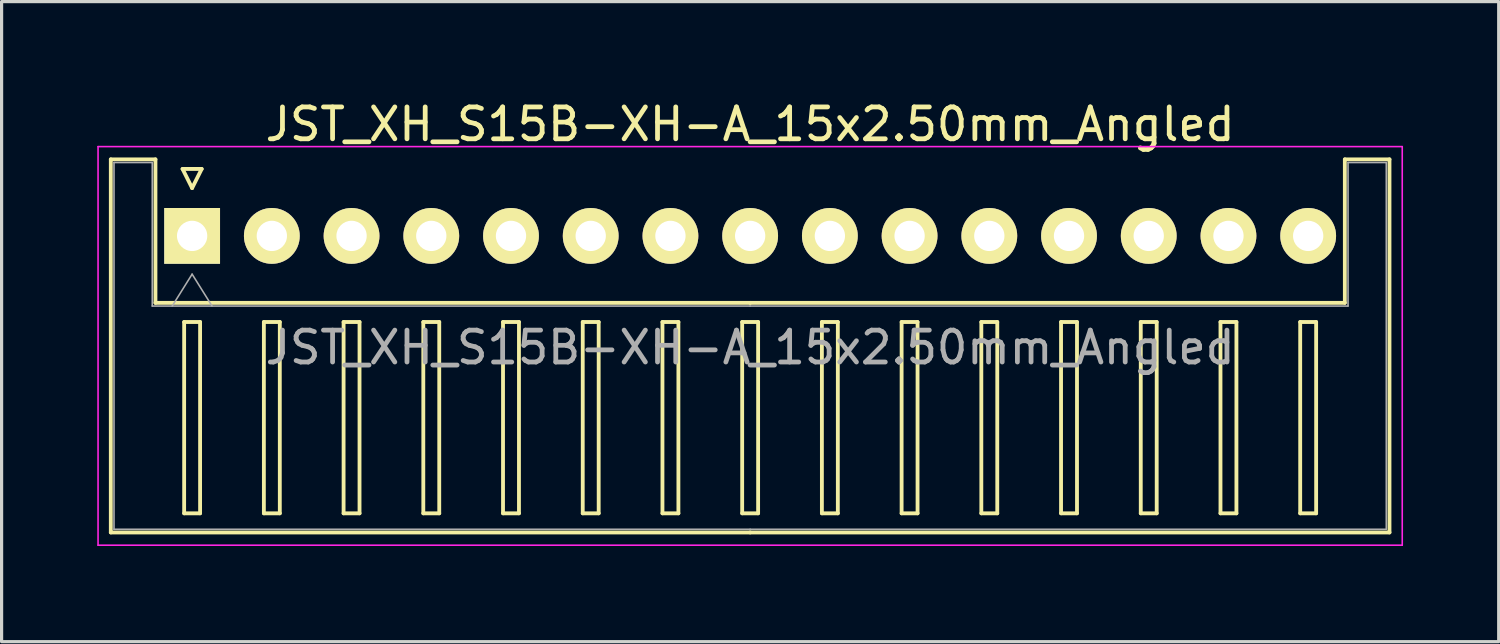
<source format=kicad_pcb>
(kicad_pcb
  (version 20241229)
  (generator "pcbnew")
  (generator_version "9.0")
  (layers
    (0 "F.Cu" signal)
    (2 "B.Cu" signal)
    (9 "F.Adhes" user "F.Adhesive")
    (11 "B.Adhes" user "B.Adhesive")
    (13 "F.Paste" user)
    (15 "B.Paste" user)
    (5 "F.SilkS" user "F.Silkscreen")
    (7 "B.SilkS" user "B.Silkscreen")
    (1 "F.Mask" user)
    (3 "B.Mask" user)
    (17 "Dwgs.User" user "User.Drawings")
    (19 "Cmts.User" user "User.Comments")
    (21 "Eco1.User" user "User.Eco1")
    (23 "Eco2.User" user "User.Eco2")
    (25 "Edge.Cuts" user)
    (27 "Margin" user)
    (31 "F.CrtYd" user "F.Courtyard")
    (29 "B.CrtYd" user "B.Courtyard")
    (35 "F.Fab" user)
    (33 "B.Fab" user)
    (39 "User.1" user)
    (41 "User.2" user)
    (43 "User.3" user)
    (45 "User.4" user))
  (footprint "JST_XH_S15B-XH-A_15x2.50mm_Angled"
    (layer "F.Cu")
    (at 2.975 4.348)
    (property "Reference" "JST_XH_S15B-XH-A_15x2.50mm_Angled" (at 17.5 3.5 0) (layer "F.Fab") (effects (font (size 1 1) (thickness 0.15))))
    (attr through_hole)
    (fp_line (start -2.55 -2.4) (end -1.15 -2.4) (stroke (width 0.12) (type solid)) (layer "F.SilkS"))
    (fp_line (start -2.55 9.3) (end -2.55 -2.4) (stroke (width 0.12) (type solid)) (layer "F.SilkS"))
    (fp_line (start -1.15 -2.4) (end -1.15 2.1) (stroke (width 0.12) (type solid)) (layer "F.SilkS"))
    (fp_line (start -1.15 2.1) (end 17.5 2.1) (stroke (width 0.12) (type solid)) (layer "F.SilkS"))
    (fp_line (start -0.3 -2.1) (end 0.3 -2.1) (stroke (width 0.12) (type solid)) (layer "F.SilkS"))
    (fp_line (start -0.25 2.7) (end -0.25 8.7) (stroke (width 0.12) (type solid)) (layer "F.SilkS"))
    (fp_line (start -0.25 8.7) (end 0.25 8.7) (stroke (width 0.12) (type solid)) (layer "F.SilkS"))
    (fp_line (start 0 -1.5) (end -0.3 -2.1) (stroke (width 0.12) (type solid)) (layer "F.SilkS"))
    (fp_line (start 0.25 2.7) (end -0.25 2.7) (stroke (width 0.12) (type solid)) (layer "F.SilkS"))
    (fp_line (start 0.25 8.7) (end 0.25 2.7) (stroke (width 0.12) (type solid)) (layer "F.SilkS"))
    (fp_line (start 0.3 -2.1) (end 0 -1.5) (stroke (width 0.12) (type solid)) (layer "F.SilkS"))
    (fp_line (start 2.25 2.7) (end 2.25 8.7) (stroke (width 0.12) (type solid)) (layer "F.SilkS"))
    (fp_line (start 2.25 8.7) (end 2.75 8.7) (stroke (width 0.12) (type solid)) (layer "F.SilkS"))
    (fp_line (start 2.75 2.7) (end 2.25 2.7) (stroke (width 0.12) (type solid)) (layer "F.SilkS"))
    (fp_line (start 2.75 8.7) (end 2.75 2.7) (stroke (width 0.12) (type solid)) (layer "F.SilkS"))
    (fp_line (start 4.75 2.7) (end 4.75 8.7) (stroke (width 0.12) (type solid)) (layer "F.SilkS"))
    (fp_line (start 4.75 8.7) (end 5.25 8.7) (stroke (width 0.12) (type solid)) (layer "F.SilkS"))
    (fp_line (start 5.25 2.7) (end 4.75 2.7) (stroke (width 0.12) (type solid)) (layer "F.SilkS"))
    (fp_line (start 5.25 8.7) (end 5.25 2.7) (stroke (width 0.12) (type solid)) (layer "F.SilkS"))
    (fp_line (start 7.25 2.7) (end 7.25 8.7) (stroke (width 0.12) (type solid)) (layer "F.SilkS"))
    (fp_line (start 7.25 8.7) (end 7.75 8.7) (stroke (width 0.12) (type solid)) (layer "F.SilkS"))
    (fp_line (start 7.75 2.7) (end 7.25 2.7) (stroke (width 0.12) (type solid)) (layer "F.SilkS"))
    (fp_line (start 7.75 8.7) (end 7.75 2.7) (stroke (width 0.12) (type solid)) (layer "F.SilkS"))
    (fp_line (start 9.75 2.7) (end 9.75 8.7) (stroke (width 0.12) (type solid)) (layer "F.SilkS"))
    (fp_line (start 9.75 8.7) (end 10.25 8.7) (stroke (width 0.12) (type solid)) (layer "F.SilkS"))
    (fp_line (start 10.25 2.7) (end 9.75 2.7) (stroke (width 0.12) (type solid)) (layer "F.SilkS"))
    (fp_line (start 10.25 8.7) (end 10.25 2.7) (stroke (width 0.12) (type solid)) (layer "F.SilkS"))
    (fp_line (start 12.25 2.7) (end 12.25 8.7) (stroke (width 0.12) (type solid)) (layer "F.SilkS"))
    (fp_line (start 12.25 8.7) (end 12.75 8.7) (stroke (width 0.12) (type solid)) (layer "F.SilkS"))
    (fp_line (start 12.75 2.7) (end 12.25 2.7) (stroke (width 0.12) (type solid)) (layer "F.SilkS"))
    (fp_line (start 12.75 8.7) (end 12.75 2.7) (stroke (width 0.12) (type solid)) (layer "F.SilkS"))
    (fp_line (start 14.75 2.7) (end 14.75 8.7) (stroke (width 0.12) (type solid)) (layer "F.SilkS"))
    (fp_line (start 14.75 8.7) (end 15.25 8.7) (stroke (width 0.12) (type solid)) (layer "F.SilkS"))
    (fp_line (start 15.25 2.7) (end 14.75 2.7) (stroke (width 0.12) (type solid)) (layer "F.SilkS"))
    (fp_line (start 15.25 8.7) (end 15.25 2.7) (stroke (width 0.12) (type solid)) (layer "F.SilkS"))
    (fp_line (start 17.25 2.7) (end 17.25 8.7) (stroke (width 0.12) (type solid)) (layer "F.SilkS"))
    (fp_line (start 17.25 8.7) (end 17.75 8.7) (stroke (width 0.12) (type solid)) (layer "F.SilkS"))
    (fp_line (start 17.5 9.3) (end -2.55 9.3) (stroke (width 0.12) (type solid)) (layer "F.SilkS"))
    (fp_line (start 17.5 9.3) (end 37.55 9.3) (stroke (width 0.12) (type solid)) (layer "F.SilkS"))
    (fp_line (start 17.75 2.7) (end 17.25 2.7) (stroke (width 0.12) (type solid)) (layer "F.SilkS"))
    (fp_line (start 17.75 8.7) (end 17.75 2.7) (stroke (width 0.12) (type solid)) (layer "F.SilkS"))
    (fp_line (start 19.75 2.7) (end 19.75 8.7) (stroke (width 0.12) (type solid)) (layer "F.SilkS"))
    (fp_line (start 19.75 8.7) (end 20.25 8.7) (stroke (width 0.12) (type solid)) (layer "F.SilkS"))
    (fp_line (start 20.25 2.7) (end 19.75 2.7) (stroke (width 0.12) (type solid)) (layer "F.SilkS"))
    (fp_line (start 20.25 8.7) (end 20.25 2.7) (stroke (width 0.12) (type solid)) (layer "F.SilkS"))
    (fp_line (start 22.25 2.7) (end 22.25 8.7) (stroke (width 0.12) (type solid)) (layer "F.SilkS"))
    (fp_line (start 22.25 8.7) (end 22.75 8.7) (stroke (width 0.12) (type solid)) (layer "F.SilkS"))
    (fp_line (start 22.75 2.7) (end 22.25 2.7) (stroke (width 0.12) (type solid)) (layer "F.SilkS"))
    (fp_line (start 22.75 8.7) (end 22.75 2.7) (stroke (width 0.12) (type solid)) (layer "F.SilkS"))
    (fp_line (start 24.75 2.7) (end 24.75 8.7) (stroke (width 0.12) (type solid)) (layer "F.SilkS"))
    (fp_line (start 24.75 8.7) (end 25.25 8.7) (stroke (width 0.12) (type solid)) (layer "F.SilkS"))
    (fp_line (start 25.25 2.7) (end 24.75 2.7) (stroke (width 0.12) (type solid)) (layer "F.SilkS"))
    (fp_line (start 25.25 8.7) (end 25.25 2.7) (stroke (width 0.12) (type solid)) (layer "F.SilkS"))
    (fp_line (start 27.25 2.7) (end 27.25 8.7) (stroke (width 0.12) (type solid)) (layer "F.SilkS"))
    (fp_line (start 27.25 8.7) (end 27.75 8.7) (stroke (width 0.12) (type solid)) (layer "F.SilkS"))
    (fp_line (start 27.75 2.7) (end 27.25 2.7) (stroke (width 0.12) (type solid)) (layer "F.SilkS"))
    (fp_line (start 27.75 8.7) (end 27.75 2.7) (stroke (width 0.12) (type solid)) (layer "F.SilkS"))
    (fp_line (start 29.75 2.7) (end 29.75 8.7) (stroke (width 0.12) (type solid)) (layer "F.SilkS"))
    (fp_line (start 29.75 8.7) (end 30.25 8.7) (stroke (width 0.12) (type solid)) (layer "F.SilkS"))
    (fp_line (start 30.25 2.7) (end 29.75 2.7) (stroke (width 0.12) (type solid)) (layer "F.SilkS"))
    (fp_line (start 30.25 8.7) (end 30.25 2.7) (stroke (width 0.12) (type solid)) (layer "F.SilkS"))
    (fp_line (start 32.25 2.7) (end 32.25 8.7) (stroke (width 0.12) (type solid)) (layer "F.SilkS"))
    (fp_line (start 32.25 8.7) (end 32.75 8.7) (stroke (width 0.12) (type solid)) (layer "F.SilkS"))
    (fp_line (start 32.75 2.7) (end 32.25 2.7) (stroke (width 0.12) (type solid)) (layer "F.SilkS"))
    (fp_line (start 32.75 8.7) (end 32.75 2.7) (stroke (width 0.12) (type solid)) (layer "F.SilkS"))
    (fp_line (start 34.75 2.7) (end 34.75 8.7) (stroke (width 0.12) (type solid)) (layer "F.SilkS"))
    (fp_line (start 34.75 8.7) (end 35.25 8.7) (stroke (width 0.12) (type solid)) (layer "F.SilkS"))
    (fp_line (start 35.25 2.7) (end 34.75 2.7) (stroke (width 0.12) (type solid)) (layer "F.SilkS"))
    (fp_line (start 35.25 8.7) (end 35.25 2.7) (stroke (width 0.12) (type solid)) (layer "F.SilkS"))
    (fp_line (start 36.15 -2.4) (end 36.15 2.1) (stroke (width 0.12) (type solid)) (layer "F.SilkS"))
    (fp_line (start 36.15 2.1) (end 17.5 2.1) (stroke (width 0.12) (type solid)) (layer "F.SilkS"))
    (fp_line (start 37.55 -2.4) (end 36.15 -2.4) (stroke (width 0.12) (type solid)) (layer "F.SilkS"))
    (fp_line (start 37.55 9.3) (end 37.55 -2.4) (stroke (width 0.12) (type solid)) (layer "F.SilkS"))
    (fp_line (start -2.95 -2.8) (end -2.95 9.7) (stroke (width 0.05) (type solid)) (layer "F.CrtYd"))
    (fp_line (start -2.95 9.7) (end 37.95 9.7) (stroke (width 0.05) (type solid)) (layer "F.CrtYd"))
    (fp_line (start 37.95 -2.8) (end -2.95 -2.8) (stroke (width 0.05) (type solid)) (layer "F.CrtYd"))
    (fp_line (start 37.95 9.7) (end 37.95 -2.8) (stroke (width 0.05) (type solid)) (layer "F.CrtYd"))
    (fp_line (start -2.45 -2.3) (end -1.25 -2.3) (stroke (width 0.05) (type solid)) (layer "F.Fab"))
    (fp_line (start -2.45 9.2) (end -2.45 -2.3) (stroke (width 0.05) (type solid)) (layer "F.Fab"))
    (fp_line (start -1.25 -2.3) (end -1.25 2.2) (stroke (width 0.05) (type solid)) (layer "F.Fab"))
    (fp_line (start -1.25 2.2) (end 17.5 2.2) (stroke (width 0.05) (type solid)) (layer "F.Fab"))
    (fp_line (start -0.625 2.2) (end 0 1.2) (stroke (width 0.05) (type solid)) (layer "F.Fab"))
    (fp_line (start 0 1.2) (end 0.625 2.2) (stroke (width 0.05) (type solid)) (layer "F.Fab"))
    (fp_line (start 17.5 9.2) (end -2.45 9.2) (stroke (width 0.05) (type solid)) (layer "F.Fab"))
    (fp_line (start 17.5 9.2) (end 37.45 9.2) (stroke (width 0.05) (type solid)) (layer "F.Fab"))
    (fp_line (start 36.25 -2.3) (end 36.25 2.2) (stroke (width 0.05) (type solid)) (layer "F.Fab"))
    (fp_line (start 36.25 2.2) (end 17.5 2.2) (stroke (width 0.05) (type solid)) (layer "F.Fab"))
    (fp_line (start 37.45 -2.3) (end 36.25 -2.3) (stroke (width 0.05) (type solid)) (layer "F.Fab"))
    (fp_line (start 37.45 9.2) (end 37.45 -2.3) (stroke (width 0.05) (type solid)) (layer "F.Fab"))
    (fp_text user "${REFERENCE}" (at 17.5 -3.5 0) (layer "F.SilkS") (effects (font (size 1 1) (thickness 0.15))))
    (pad "1" thru_hole rect (at 0 0) (size 1.75 1.75) (drill 0.95) (layers "*.Cu" "*.Mask" "F.SilkS"))
    (pad "2" thru_hole circle (at 2.5 0) (size 1.75 1.75) (drill 0.95) (layers "*.Cu" "*.Mask" "F.SilkS"))
    (pad "3" thru_hole circle (at 5 0) (size 1.75 1.75) (drill 0.95) (layers "*.Cu" "*.Mask" "F.SilkS"))
    (pad "4" thru_hole circle (at 7.5 0) (size 1.75 1.75) (drill 0.95) (layers "*.Cu" "*.Mask" "F.SilkS"))
    (pad "5" thru_hole circle (at 10 0) (size 1.75 1.75) (drill 0.95) (layers "*.Cu" "*.Mask" "F.SilkS"))
    (pad "6" thru_hole circle (at 12.5 0) (size 1.75 1.75) (drill 0.95) (layers "*.Cu" "*.Mask" "F.SilkS"))
    (pad "7" thru_hole circle (at 15 0) (size 1.75 1.75) (drill 0.95) (layers "*.Cu" "*.Mask" "F.SilkS"))
    (pad "8" thru_hole circle (at 17.5 0) (size 1.75 1.75) (drill 0.95) (layers "*.Cu" "*.Mask" "F.SilkS"))
    (pad "9" thru_hole circle (at 20 0) (size 1.75 1.75) (drill 0.95) (layers "*.Cu" "*.Mask" "F.SilkS"))
    (pad "10" thru_hole circle (at 22.5 0) (size 1.75 1.75) (drill 0.95) (layers "*.Cu" "*.Mask" "F.SilkS"))
    (pad "11" thru_hole circle (at 25 0) (size 1.75 1.75) (drill 0.95) (layers "*.Cu" "*.Mask" "F.SilkS"))
    (pad "12" thru_hole circle (at 27.5 0) (size 1.75 1.75) (drill 0.95) (layers "*.Cu" "*.Mask" "F.SilkS"))
    (pad "13" thru_hole circle (at 30 0) (size 1.75 1.75) (drill 0.95) (layers "*.Cu" "*.Mask" "F.SilkS"))
    (pad "14" thru_hole circle (at 32.5 0) (size 1.75 1.75) (drill 0.95) (layers "*.Cu" "*.Mask" "F.SilkS"))
    (pad "15" thru_hole circle (at 35 0) (size 1.75 1.75) (drill 0.95) (layers "*.Cu" "*.Mask" "F.SilkS")))
  (gr_rect
    (start -3 -3)
    (end 43.95 17.073)
    (stroke (width 0.1) (type default))
    (fill no)
    (layer "Edge.Cuts")))
</source>
